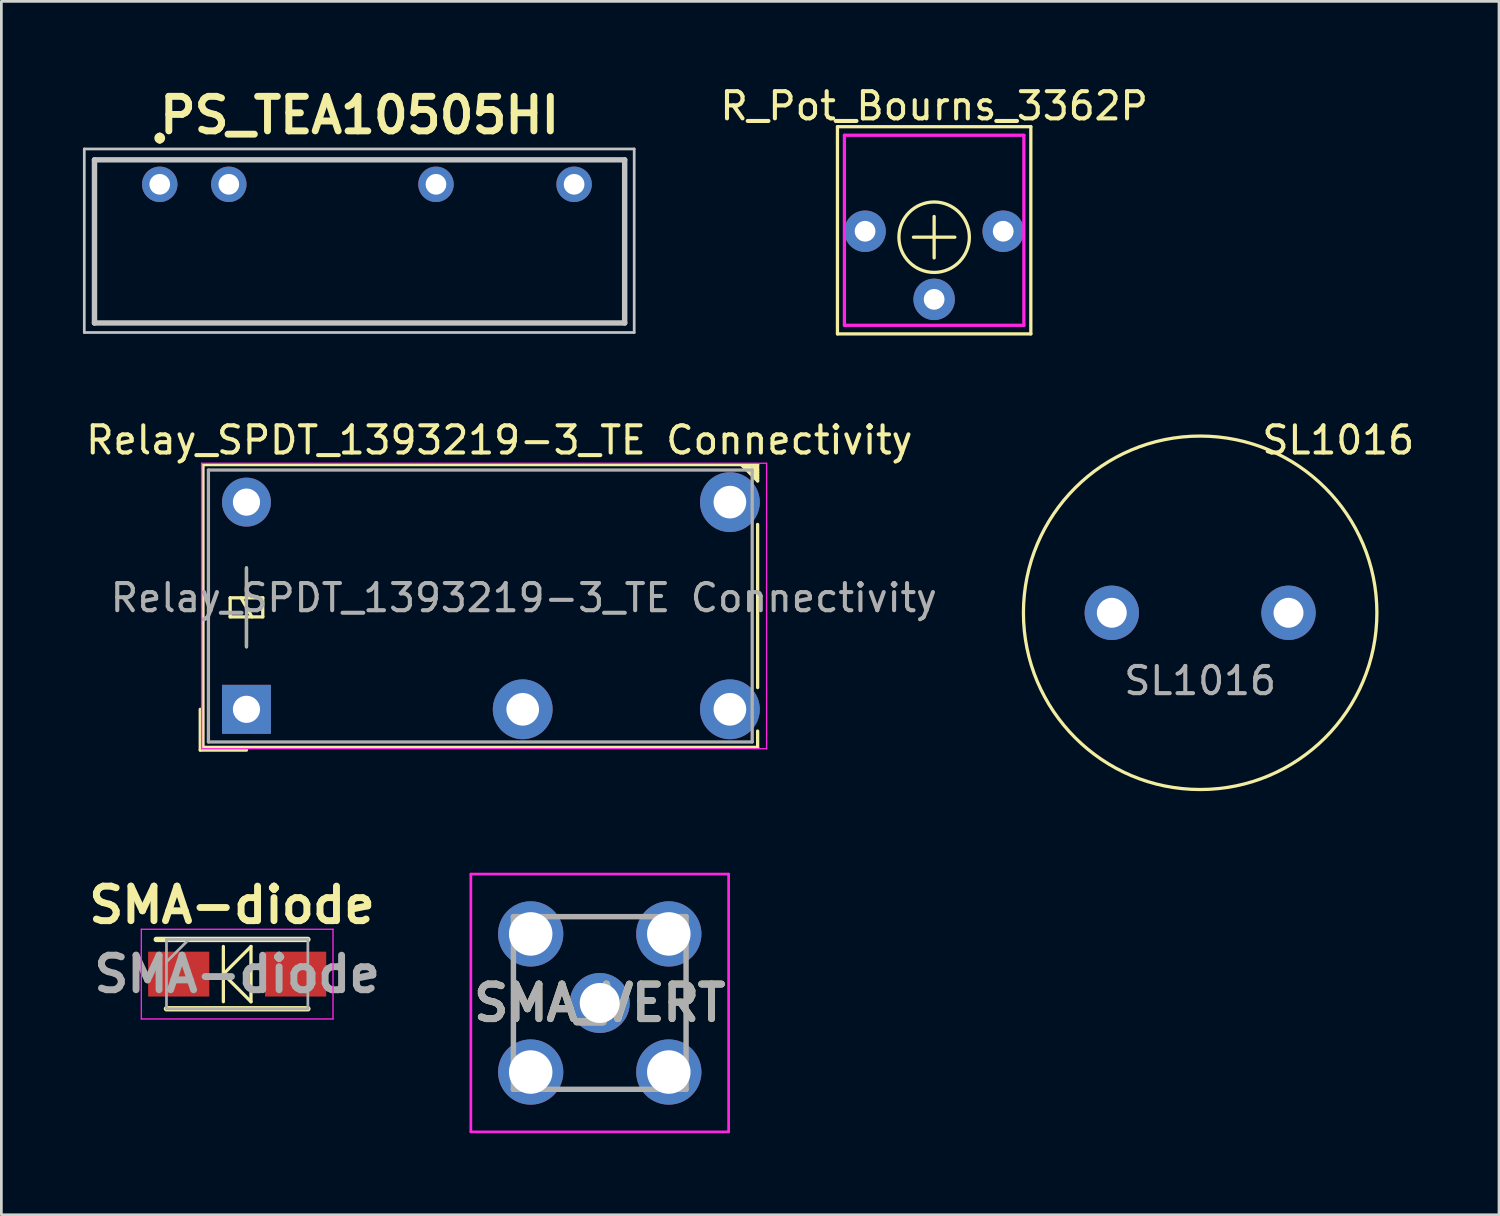
<source format=kicad_pcb>
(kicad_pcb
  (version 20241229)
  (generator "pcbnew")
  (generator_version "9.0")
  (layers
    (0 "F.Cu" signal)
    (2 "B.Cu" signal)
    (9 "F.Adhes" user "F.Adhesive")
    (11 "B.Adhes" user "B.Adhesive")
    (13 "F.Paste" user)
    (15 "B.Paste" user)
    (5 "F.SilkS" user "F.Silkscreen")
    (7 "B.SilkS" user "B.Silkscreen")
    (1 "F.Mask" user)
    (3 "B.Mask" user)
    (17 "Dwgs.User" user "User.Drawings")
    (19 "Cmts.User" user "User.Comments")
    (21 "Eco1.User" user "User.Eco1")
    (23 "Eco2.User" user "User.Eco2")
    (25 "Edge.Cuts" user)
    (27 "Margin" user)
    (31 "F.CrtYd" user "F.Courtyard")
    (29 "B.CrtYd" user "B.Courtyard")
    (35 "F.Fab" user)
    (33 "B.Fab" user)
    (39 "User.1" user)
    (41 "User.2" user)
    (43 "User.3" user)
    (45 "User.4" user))
  (footprint "PS_TEA10505HI"
    (layer "F.Cu")
    (at 2.825 3.729)
    (property "Reference" "PS_TEA10505HI" (at 7.35 -2.54 0) (layer "F.SilkS") (effects (font (size 1.27 1.27) (thickness 0.254))))
    (attr through_hole exclude_from_pos_files)
    (fp_line (start 0 -1.8) (end 0 -1.8) (stroke (width 0.2) (type solid)) (layer "F.SilkS"))
    (fp_line (start 0 -1.6) (end 0 -1.6) (stroke (width 0.2) (type solid)) (layer "F.SilkS"))
    (fp_arc (start 0 -1.8) (mid 0.1 -1.7) (end 0 -1.6) (stroke (width 0.2) (type solid)) (layer "F.SilkS"))
    (fp_arc (start 0 -1.6) (mid -0.1 -1.7) (end 0 -1.8) (stroke (width 0.2) (type solid)) (layer "F.SilkS"))
    (fp_line (start -2.775 -1.3) (end -2.775 5.45) (stroke (width 0.1) (type solid)) (layer "Dwgs.User"))
    (fp_line (start -2.775 5.45) (end 17.45 5.45) (stroke (width 0.1) (type solid)) (layer "Dwgs.User"))
    (fp_line (start -2.4 -0.9) (end -2.4 5.1) (stroke (width 0.2) (type solid)) (layer "Dwgs.User"))
    (fp_line (start -2.4 5.1) (end 17.1 5.1) (stroke (width 0.2) (type solid)) (layer "Dwgs.User"))
    (fp_line (start 17.1 -0.9) (end -2.4 -0.9) (stroke (width 0.2) (type solid)) (layer "Dwgs.User"))
    (fp_line (start 17.1 5.1) (end 17.1 -0.9) (stroke (width 0.2) (type solid)) (layer "Dwgs.User"))
    (fp_line (start 17.45 -1.3) (end -2.775 -1.3) (stroke (width 0.1) (type solid)) (layer "Dwgs.User"))
    (fp_line (start 17.45 5.45) (end 17.45 -1.3) (stroke (width 0.1) (type solid)) (layer "Dwgs.User"))
    (pad "1" thru_hole circle (at 0 0 90) (size 1.303 1.303) (drill 0.76) (layers "*.Cu" "*.Mask"))
    (pad "2" thru_hole circle (at 2.54 0 90) (size 1.303 1.303) (drill 0.76) (layers "*.Cu" "*.Mask"))
    (pad "5" thru_hole circle (at 10.16 0 90) (size 1.303 1.303) (drill 0.76) (layers "*.Cu" "*.Mask"))
    (pad "7" thru_hole circle (at 15.24 0 90) (size 1.303 1.303) (drill 0.76) (layers "*.Cu" "*.Mask")))
  (footprint "R_Pot_Bourns_3362P"
    (layer "F.Cu")
    (at 31.307 5.42)
    (property "Reference" "R_Pot_Bourns_3362P" (at 0 -4.572 0) (layer "F.SilkS") (effects (font (size 1 1) (thickness 0.15))))
    (attr through_hole)
    (fp_line (start -3.556 -3.81) (end 3.556 -3.81) (stroke (width 0.12) (type solid)) (layer "F.SilkS"))
    (fp_line (start -3.556 3.81) (end -3.556 -3.81) (stroke (width 0.12) (type solid)) (layer "F.SilkS"))
    (fp_line (start -0.762 0.254) (end 0.762 0.254) (stroke (width 0.12) (type solid)) (layer "F.SilkS"))
    (fp_line (start 0 -0.508) (end 0 1.016) (stroke (width 0.12) (type solid)) (layer "F.SilkS"))
    (fp_line (start 3.556 -3.81) (end 3.556 3.81) (stroke (width 0.12) (type solid)) (layer "F.SilkS"))
    (fp_line (start 3.556 3.81) (end -3.556 3.81) (stroke (width 0.12) (type solid)) (layer "F.SilkS"))
    (fp_circle (center 0 0.254) (end 1.27 0.508) (stroke (width 0.12) (type solid)) (fill no) (layer "F.SilkS"))
    (fp_line (start -3.3 -3.495) (end 3.3 -3.495) (stroke (width 0.12) (type solid)) (layer "F.CrtYd"))
    (fp_line (start -3.3 3.495) (end -3.3 -3.495) (stroke (width 0.12) (type solid)) (layer "F.CrtYd"))
    (fp_line (start 3.3 -3.495) (end 3.3 3.495) (stroke (width 0.12) (type solid)) (layer "F.CrtYd"))
    (fp_line (start 3.3 3.495) (end -3.3 3.495) (stroke (width 0.12) (type solid)) (layer "F.CrtYd"))
    (pad "1" thru_hole circle (at -2.54 0.035) (size 1.524 1.524) (drill 0.762) (layers "*.Cu" "*.Mask"))
    (pad "2" thru_hole circle (at 0 2.54) (size 1.524 1.524) (drill 0.762) (layers "*.Cu" "*.Mask"))
    (pad "3" thru_hole circle (at 2.54 0.035) (size 1.524 1.524) (drill 0.762) (layers "*.Cu" "*.Mask")))
  (footprint "SL1016"
    (layer "F.Cu")
    (at 41.091 19.488)
    (property "Reference" "SL1016" (at 5.08 -6.35 0) (unlocked yes) (layer "F.SilkS") (effects (font (size 1 1) (thickness 0.15))))
    (fp_circle (center 0 0) (end 6.5 0) (stroke (width 0.12) (type solid)) (fill no) (layer "F.SilkS"))
    (fp_text user "${REFERENCE}" (at 0 2.5 0) (unlocked yes) (layer "F.Fab") (effects (font (size 1 1) (thickness 0.15))))
    (pad "1" thru_hole circle (at -3.25 0) (size 2 2) (drill 1.1) (layers "*.Cu" "*.Mask"))
    (pad "2" thru_hole circle (at 3.25 0) (size 2 2) (drill 1.1) (layers "*.Cu" "*.Mask")))
  (footprint "Relay_SPDT_1393219-3_TE Connectivity"
    (layer "F.Cu")
    (at 6.015 23.038)
    (property "Reference" "Relay_SPDT_1393219-3_TE Connectivity" (at 9.3 -9.9 0) (layer "F.SilkS") (effects (font (size 1 1) (thickness 0.15))))
    (attr through_hole)
    (fp_line (start -1.7 1.5) (end -1.7 0) (stroke (width 0.12) (type solid)) (layer "F.SilkS"))
    (fp_line (start -1.6 -9) (end 18.8 -9) (stroke (width 0.12) (type solid)) (layer "F.SilkS"))
    (fp_line (start -1.6 1.4) (end -1.6 -9) (stroke (width 0.12) (type solid)) (layer "F.SilkS"))
    (fp_line (start -0.6 -4.1) (end -0.6 -3.4) (stroke (width 0.12) (type solid)) (layer "F.SilkS"))
    (fp_line (start -0.6 -3.4) (end 0.6 -3.4) (stroke (width 0.12) (type solid)) (layer "F.SilkS"))
    (fp_line (start 0 -4.1) (end 0 -5.2) (stroke (width 0.12) (type solid)) (layer "F.SilkS"))
    (fp_line (start 0 -3.4) (end 0 -2.3) (stroke (width 0.12) (type solid)) (layer "F.SilkS"))
    (fp_line (start 0 1.5) (end -1.7 1.5) (stroke (width 0.12) (type solid)) (layer "F.SilkS"))
    (fp_line (start 0.2 -3.4) (end -0.2 -4.1) (stroke (width 0.12) (type solid)) (layer "F.SilkS"))
    (fp_line (start 0.6 -4.1) (end -0.6 -4.1) (stroke (width 0.12) (type solid)) (layer "F.SilkS"))
    (fp_line (start 0.6 -3.4) (end 0.6 -4.1) (stroke (width 0.12) (type solid)) (layer "F.SilkS"))
    (fp_line (start 18.2 -9) (end 18.8 -8.4) (stroke (width 0.12) (type solid)) (layer "F.SilkS"))
    (fp_line (start 18.6 -9) (end 18.8 -8.8) (stroke (width 0.12) (type solid)) (layer "F.SilkS"))
    (fp_line (start 18.8 -9) (end 18.8 -8.4) (stroke (width 0.12) (type solid)) (layer "F.SilkS"))
    (fp_line (start 18.8 -8.7) (end 18.4 -9) (stroke (width 0.12) (type solid)) (layer "F.SilkS"))
    (fp_line (start 18.8 -8.6) (end 18.4 -9) (stroke (width 0.12) (type solid)) (layer "F.SilkS"))
    (fp_line (start 18.8 -8.5) (end 18.3 -9) (stroke (width 0.12) (type solid)) (layer "F.SilkS"))
    (fp_line (start 18.8 -6.8) (end 18.8 -0.8) (stroke (width 0.12) (type solid)) (layer "F.SilkS"))
    (fp_line (start 18.8 0.8) (end 18.8 1.4) (stroke (width 0.12) (type solid)) (layer "F.SilkS"))
    (fp_line (start 18.8 1.4) (end -1.6 1.4) (stroke (width 0.12) (type solid)) (layer "F.SilkS"))
    (fp_line (start -1.65 1.45) (end -1.65 -9.05) (stroke (width 0.05) (type solid)) (layer "F.CrtYd"))
    (fp_line (start -1.65 1.45) (end 19.13 1.45) (stroke (width 0.05) (type solid)) (layer "F.CrtYd"))
    (fp_line (start 19.13 -9.05) (end -1.65 -9.05) (stroke (width 0.05) (type solid)) (layer "F.CrtYd"))
    (fp_line (start 19.13 -9.05) (end 19.13 1.45) (stroke (width 0.05) (type solid)) (layer "F.CrtYd"))
    (fp_line (start -1.4 -8.8) (end 18.6 -8.8) (stroke (width 0.12) (type solid)) (layer "F.Fab"))
    (fp_line (start -1.4 1.2) (end -1.4 -8.8) (stroke (width 0.12) (type solid)) (layer "F.Fab"))
    (fp_line (start 0 -2.3) (end 0 -5.2) (stroke (width 0.12) (type solid)) (layer "F.Fab"))
    (fp_line (start 18.6 -8.8) (end 18.6 1.2) (stroke (width 0.12) (type solid)) (layer "F.Fab"))
    (fp_line (start 18.6 1.2) (end -1.4 1.2) (stroke (width 0.12) (type solid)) (layer "F.Fab"))
    (fp_text user "${REFERENCE}" (at 10.2 -4.1 180) (layer "F.Fab") (effects (font (size 1 1) (thickness 0.15))))
    (pad "11" thru_hole circle (at 10.16 0 90) (size 2.2 2.2) (drill 1.2) (layers "*.Cu" "*.Mask"))
    (pad "12" thru_hole circle (at 17.78 -7.62 90) (size 2.2 2.2) (drill 1.2) (layers "*.Cu" "*.Mask"))
    (pad "14" thru_hole circle (at 17.78 0 90) (size 2.2 2.2) (drill 1.2) (layers "*.Cu" "*.Mask"))
    (pad "A1" thru_hole rect (at 0 0 90) (size 1.8 1.8) (drill 1) (layers "*.Cu" "*.Mask"))
    (pad "A2" thru_hole circle (at 0 -7.62 90) (size 1.8 1.8) (drill 1) (layers "*.Cu" "*.Mask")))
  (footprint "SMA_VERT"
    (layer "F.Cu")
    (at 19.008 33.839)
    (property "Reference" "SMA_VERT" (at 0 0 0) (layer "F.SilkS") (effects (font (size 1.27 1.27) (thickness 0.254))))
    (attr through_hole)
    (fp_line (start -3.175 1) (end -3.175 -1) (stroke (width 0.1) (type solid)) (layer "F.SilkS"))
    (fp_line (start -1 -3.175) (end 1 -3.175) (stroke (width 0.1) (type solid)) (layer "F.SilkS"))
    (fp_line (start -1 3.175) (end 1 3.175) (stroke (width 0.1) (type solid)) (layer "F.SilkS"))
    (fp_line (start 3.175 1) (end 3.175 -0.5) (stroke (width 0.1) (type solid)) (layer "F.SilkS"))
    (fp_line (start -4.74 -4.74) (end 4.74 -4.74) (stroke (width 0.1) (type solid)) (layer "F.CrtYd"))
    (fp_line (start -4.74 4.74) (end -4.74 -4.74) (stroke (width 0.1) (type solid)) (layer "F.CrtYd"))
    (fp_line (start 4.74 -4.74) (end 4.74 4.74) (stroke (width 0.1) (type solid)) (layer "F.CrtYd"))
    (fp_line (start 4.74 4.74) (end -4.74 4.74) (stroke (width 0.1) (type solid)) (layer "F.CrtYd"))
    (fp_line (start -3.175 -3.175) (end 3.175 -3.175) (stroke (width 0.2) (type solid)) (layer "F.Fab"))
    (fp_line (start -3.175 3.175) (end -3.175 -3.175) (stroke (width 0.2) (type solid)) (layer "F.Fab"))
    (fp_line (start 3.175 -3.175) (end 3.175 3.175) (stroke (width 0.2) (type solid)) (layer "F.Fab"))
    (fp_line (start 3.175 3.175) (end -3.175 3.175) (stroke (width 0.2) (type solid)) (layer "F.Fab"))
    (fp_text user "${REFERENCE}" (at 0 0 0) (layer "F.Fab") (effects (font (size 1.27 1.27) (thickness 0.254))))
    (pad "1" thru_hole circle (at 0 0) (size 2.205 2.205) (drill 1.47) (layers "*.Cu" "*.Mask"))
    (pad "2" thru_hole circle (at -2.54 -2.54) (size 2.4 2.4) (drill 1.6) (layers "*.Cu" "*.Mask"))
    (pad "2" thru_hole circle (at -2.54 2.54) (size 2.4 2.4) (drill 1.6) (layers "*.Cu" "*.Mask"))
    (pad "2" thru_hole circle (at 2.54 -2.54) (size 2.4 2.4) (drill 1.6) (layers "*.Cu" "*.Mask"))
    (pad "2" thru_hole circle (at 2.54 2.54) (size 2.4 2.4) (drill 1.6) (layers "*.Cu" "*.Mask")))
  (footprint "SMA-diode"
    (layer "F.Cu")
    (at 5.673 32.777)
    (property "Reference" "SMA-diode" (at -0.188 -2.54 0) (layer "F.SilkS") (effects (font (size 1.27 1.27) (thickness 0.254))))
    (attr smd)
    (fp_line (start -2.6 1.275) (end 2.6 1.275) (stroke (width 0.2) (type solid)) (layer "F.SilkS"))
    (fp_line (start -0.508 -1.016) (end -0.508 1.016) (stroke (width 0.12) (type solid)) (layer "F.SilkS"))
    (fp_line (start -0.508 0) (end 0.508 1.016) (stroke (width 0.12) (type solid)) (layer "F.SilkS"))
    (fp_line (start 0.508 -1.016) (end -0.508 0) (stroke (width 0.12) (type solid)) (layer "F.SilkS"))
    (fp_line (start 0.508 1.016) (end 0.508 -1.016) (stroke (width 0.12) (type solid)) (layer "F.SilkS"))
    (fp_line (start 2.6 -1.275) (end -2.975 -1.275) (stroke (width 0.2) (type solid)) (layer "F.SilkS"))
    (fp_line (start -3.525 -1.65) (end 3.525 -1.65) (stroke (width 0.05) (type solid)) (layer "F.CrtYd"))
    (fp_line (start -3.525 1.65) (end -3.525 -1.65) (stroke (width 0.05) (type solid)) (layer "F.CrtYd"))
    (fp_line (start 3.525 -1.65) (end 3.525 1.65) (stroke (width 0.05) (type solid)) (layer "F.CrtYd"))
    (fp_line (start 3.525 1.65) (end -3.525 1.65) (stroke (width 0.05) (type solid)) (layer "F.CrtYd"))
    (fp_line (start -2.6 -1.275) (end 2.6 -1.275) (stroke (width 0.1) (type solid)) (layer "F.Fab"))
    (fp_line (start -2.6 -0.45) (end -1.775 -1.275) (stroke (width 0.1) (type solid)) (layer "F.Fab"))
    (fp_line (start -2.6 1.275) (end -2.6 -1.275) (stroke (width 0.1) (type solid)) (layer "F.Fab"))
    (fp_line (start 2.6 -1.275) (end 2.6 1.275) (stroke (width 0.1) (type solid)) (layer "F.Fab"))
    (fp_line (start 2.6 1.275) (end -2.6 1.275) (stroke (width 0.1) (type solid)) (layer "F.Fab"))
    (fp_text user "${REFERENCE}" (at 0 0 0) (layer "F.Fab") (effects (font (size 1.27 1.27) (thickness 0.254))))
    (pad "1" smd rect (at -2.15 0 90) (size 1.65 2.25) (layers "F.Cu" "F.Mask" "F.Paste"))
    (pad "2" smd rect (at 2.15 0 90) (size 1.65 2.25) (layers "F.Cu" "F.Mask" "F.Paste")))
  (gr_rect
    (start -3 -3)
    (end 52.082 41.629)
    (stroke (width 0.1) (type default))
    (fill no)
    (layer "Edge.Cuts")))
</source>
